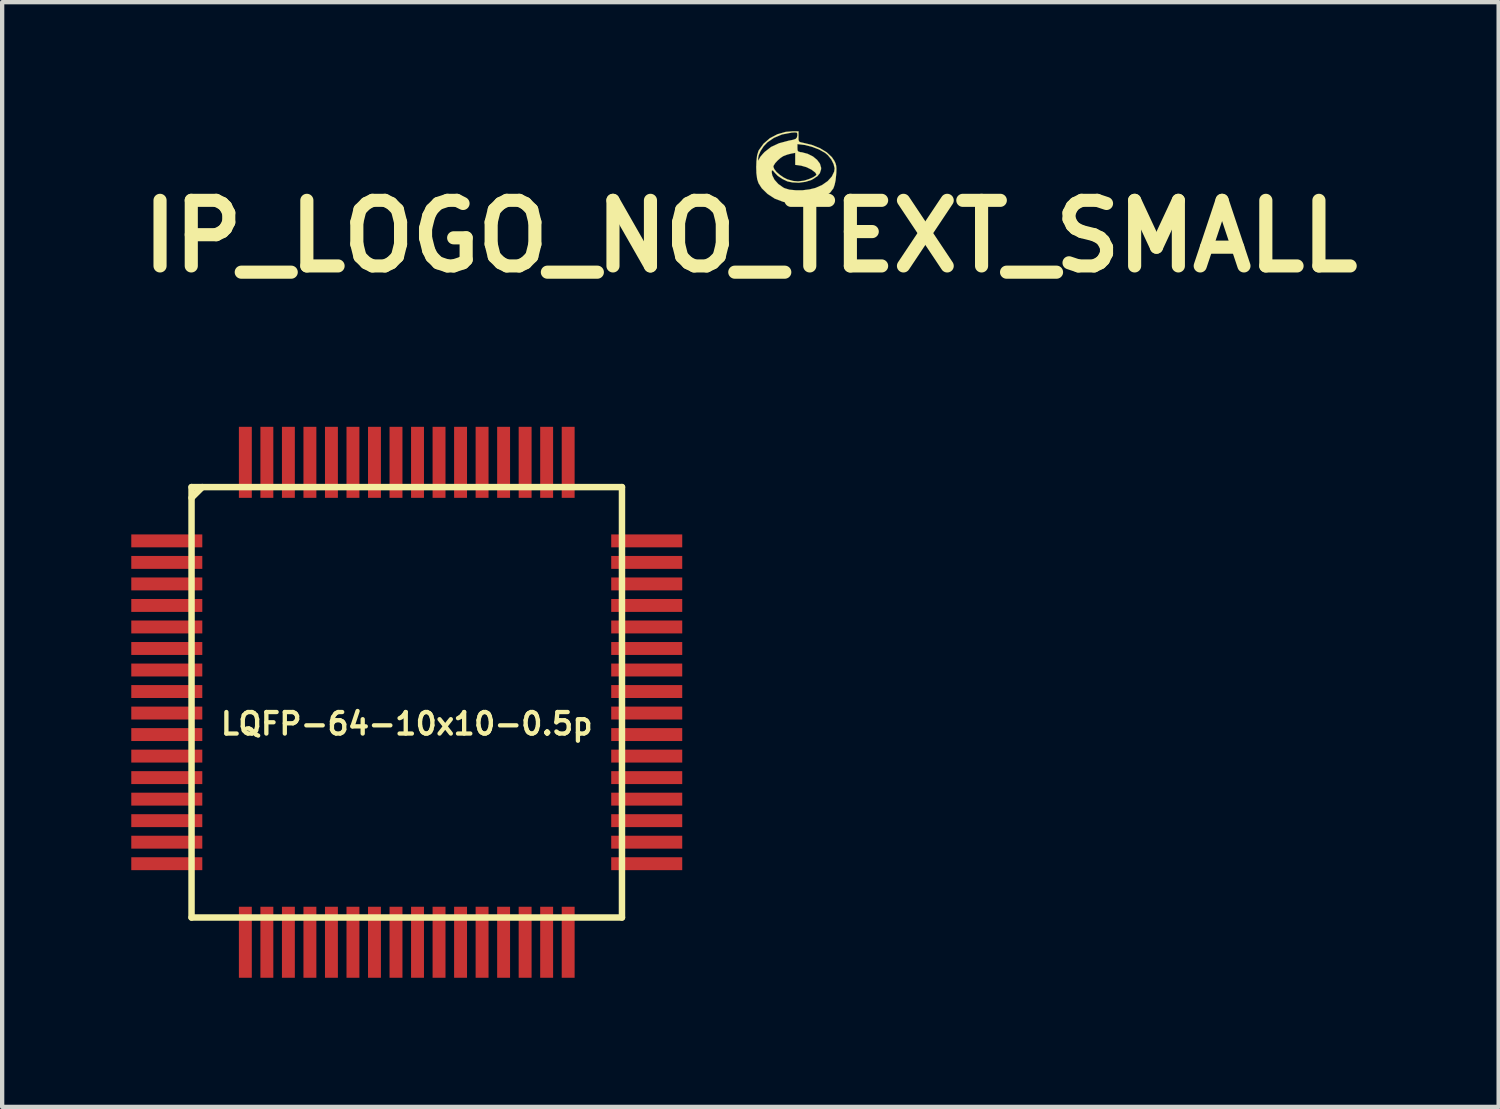
<source format=kicad_pcb>
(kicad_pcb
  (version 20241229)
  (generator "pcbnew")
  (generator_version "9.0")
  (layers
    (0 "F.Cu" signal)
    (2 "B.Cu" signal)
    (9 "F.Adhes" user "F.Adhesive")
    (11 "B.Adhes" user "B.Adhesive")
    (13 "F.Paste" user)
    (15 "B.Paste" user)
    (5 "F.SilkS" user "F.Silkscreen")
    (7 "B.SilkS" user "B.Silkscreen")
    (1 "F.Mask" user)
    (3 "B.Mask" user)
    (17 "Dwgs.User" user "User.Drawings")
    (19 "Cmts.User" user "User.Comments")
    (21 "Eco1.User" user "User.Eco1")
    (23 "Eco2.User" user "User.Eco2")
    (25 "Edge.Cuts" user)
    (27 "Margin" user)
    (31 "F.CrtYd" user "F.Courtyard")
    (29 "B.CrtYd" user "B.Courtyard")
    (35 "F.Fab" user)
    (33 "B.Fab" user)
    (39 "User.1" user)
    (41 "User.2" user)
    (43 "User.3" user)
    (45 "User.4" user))
  (footprint "LQFP-64-10x10-0.5p"
    (layer "F.Cu")
    (at 6.4 13.266)
    (property "Reference" "LQFP-64-10x10-0.5p" (at 0 0.5 0) (layer "F.SilkS") (effects (font (size 0.5 0.5) (thickness 0.1))))
    (attr through_hole)
    (fp_line (start -5 -5) (end -5 5) (stroke (width 0.15) (type solid)) (layer "F.SilkS"))
    (fp_line (start -5 -5) (end 5 -5) (stroke (width 0.15) (type solid)) (layer "F.SilkS"))
    (fp_line (start -5 -4.75) (end -4.75 -5) (stroke (width 0.15) (type solid)) (layer "F.SilkS"))
    (fp_line (start -5 5) (end 5 5) (stroke (width 0.15) (type solid)) (layer "F.SilkS"))
    (fp_line (start 5 -5) (end 5 5) (stroke (width 0.15) (type solid)) (layer "F.SilkS"))
    (pad "1" smd rect (at -5.575 -3.75) (size 1.65 0.3) (layers "F.Cu" "F.Mask" "F.Paste"))
    (pad "2" smd rect (at -5.575 -3.25) (size 1.65 0.3) (layers "F.Cu" "F.Mask" "F.Paste"))
    (pad "3" smd rect (at -5.575 -2.75) (size 1.65 0.3) (layers "F.Cu" "F.Mask" "F.Paste"))
    (pad "4" smd rect (at -5.575 -2.25) (size 1.65 0.3) (layers "F.Cu" "F.Mask" "F.Paste"))
    (pad "5" smd rect (at -5.575 -1.75) (size 1.65 0.3) (layers "F.Cu" "F.Mask" "F.Paste"))
    (pad "6" smd rect (at -5.575 -1.25) (size 1.65 0.3) (layers "F.Cu" "F.Mask" "F.Paste"))
    (pad "7" smd rect (at -5.575 -0.75) (size 1.65 0.3) (layers "F.Cu" "F.Mask" "F.Paste"))
    (pad "8" smd rect (at -5.575 -0.25) (size 1.65 0.3) (layers "F.Cu" "F.Mask" "F.Paste"))
    (pad "9" smd rect (at -5.575 0.25) (size 1.65 0.3) (layers "F.Cu" "F.Mask" "F.Paste"))
    (pad "10" smd rect (at -5.575 0.75) (size 1.65 0.3) (layers "F.Cu" "F.Mask" "F.Paste"))
    (pad "11" smd rect (at -5.575 1.25) (size 1.65 0.3) (layers "F.Cu" "F.Mask" "F.Paste"))
    (pad "12" smd rect (at -5.575 1.75) (size 1.65 0.3) (layers "F.Cu" "F.Mask" "F.Paste"))
    (pad "13" smd rect (at -5.575 2.25) (size 1.65 0.3) (layers "F.Cu" "F.Mask" "F.Paste"))
    (pad "14" smd rect (at -5.575 2.75) (size 1.65 0.3) (layers "F.Cu" "F.Mask" "F.Paste"))
    (pad "15" smd rect (at -5.575 3.25) (size 1.65 0.3) (layers "F.Cu" "F.Mask" "F.Paste"))
    (pad "16" smd rect (at -5.575 3.75) (size 1.65 0.3) (layers "F.Cu" "F.Mask" "F.Paste"))
    (pad "17" smd rect (at -3.75 5.575) (size 0.3 1.65) (layers "F.Cu" "F.Mask" "F.Paste"))
    (pad "18" smd rect (at -3.25 5.575) (size 0.3 1.65) (layers "F.Cu" "F.Mask" "F.Paste"))
    (pad "19" smd rect (at -2.75 5.575) (size 0.3 1.65) (layers "F.Cu" "F.Mask" "F.Paste"))
    (pad "20" smd rect (at -2.25 5.575) (size 0.3 1.65) (layers "F.Cu" "F.Mask" "F.Paste"))
    (pad "21" smd rect (at -1.75 5.575) (size 0.3 1.65) (layers "F.Cu" "F.Mask" "F.Paste"))
    (pad "22" smd rect (at -1.25 5.575) (size 0.3 1.65) (layers "F.Cu" "F.Mask" "F.Paste"))
    (pad "23" smd rect (at -0.75 5.575) (size 0.3 1.65) (layers "F.Cu" "F.Mask" "F.Paste"))
    (pad "24" smd rect (at -0.25 5.575) (size 0.3 1.65) (layers "F.Cu" "F.Mask" "F.Paste"))
    (pad "25" smd rect (at 0.25 5.575) (size 0.3 1.65) (layers "F.Cu" "F.Mask" "F.Paste"))
    (pad "26" smd rect (at 0.75 5.575) (size 0.3 1.65) (layers "F.Cu" "F.Mask" "F.Paste"))
    (pad "27" smd rect (at 1.25 5.575) (size 0.3 1.65) (layers "F.Cu" "F.Mask" "F.Paste"))
    (pad "28" smd rect (at 1.75 5.575) (size 0.3 1.65) (layers "F.Cu" "F.Mask" "F.Paste"))
    (pad "29" smd rect (at 2.25 5.575) (size 0.3 1.65) (layers "F.Cu" "F.Mask" "F.Paste"))
    (pad "30" smd rect (at 2.75 5.575) (size 0.3 1.65) (layers "F.Cu" "F.Mask" "F.Paste"))
    (pad "31" smd rect (at 3.25 5.575) (size 0.3 1.65) (layers "F.Cu" "F.Mask" "F.Paste"))
    (pad "32" smd rect (at 3.75 5.575) (size 0.3 1.65) (layers "F.Cu" "F.Mask" "F.Paste"))
    (pad "33" smd rect (at 5.575 3.75) (size 1.65 0.3) (layers "F.Cu" "F.Mask" "F.Paste"))
    (pad "34" smd rect (at 5.575 3.25) (size 1.65 0.3) (layers "F.Cu" "F.Mask" "F.Paste"))
    (pad "35" smd rect (at 5.575 2.75) (size 1.65 0.3) (layers "F.Cu" "F.Mask" "F.Paste"))
    (pad "36" smd rect (at 5.575 2.25) (size 1.65 0.3) (layers "F.Cu" "F.Mask" "F.Paste"))
    (pad "37" smd rect (at 5.575 1.75) (size 1.65 0.3) (layers "F.Cu" "F.Mask" "F.Paste"))
    (pad "38" smd rect (at 5.575 1.25) (size 1.65 0.3) (layers "F.Cu" "F.Mask" "F.Paste"))
    (pad "39" smd rect (at 5.575 0.75) (size 1.65 0.3) (layers "F.Cu" "F.Mask" "F.Paste"))
    (pad "40" smd rect (at 5.575 0.25) (size 1.65 0.3) (layers "F.Cu" "F.Mask" "F.Paste"))
    (pad "41" smd rect (at 5.575 -0.25) (size 1.65 0.3) (layers "F.Cu" "F.Mask" "F.Paste"))
    (pad "42" smd rect (at 5.575 -0.75) (size 1.65 0.3) (layers "F.Cu" "F.Mask" "F.Paste"))
    (pad "43" smd rect (at 5.575 -1.25) (size 1.65 0.3) (layers "F.Cu" "F.Mask" "F.Paste"))
    (pad "44" smd rect (at 5.575 -1.75) (size 1.65 0.3) (layers "F.Cu" "F.Mask" "F.Paste"))
    (pad "45" smd rect (at 5.575 -2.25) (size 1.65 0.3) (layers "F.Cu" "F.Mask" "F.Paste"))
    (pad "46" smd rect (at 5.575 -2.75) (size 1.65 0.3) (layers "F.Cu" "F.Mask" "F.Paste"))
    (pad "47" smd rect (at 5.575 -3.25) (size 1.65 0.3) (layers "F.Cu" "F.Mask" "F.Paste"))
    (pad "48" smd rect (at 5.575 -3.75) (size 1.65 0.3) (layers "F.Cu" "F.Mask" "F.Paste"))
    (pad "49" smd rect (at 3.75 -5.575) (size 0.3 1.65) (layers "F.Cu" "F.Mask" "F.Paste"))
    (pad "50" smd rect (at 3.25 -5.575) (size 0.3 1.65) (layers "F.Cu" "F.Mask" "F.Paste"))
    (pad "51" smd rect (at 2.75 -5.575) (size 0.3 1.65) (layers "F.Cu" "F.Mask" "F.Paste"))
    (pad "52" smd rect (at 2.25 -5.575) (size 0.3 1.65) (layers "F.Cu" "F.Mask" "F.Paste"))
    (pad "53" smd rect (at 1.75 -5.575) (size 0.3 1.65) (layers "F.Cu" "F.Mask" "F.Paste"))
    (pad "54" smd rect (at 1.25 -5.575) (size 0.3 1.65) (layers "F.Cu" "F.Mask" "F.Paste"))
    (pad "55" smd rect (at 0.75 -5.575) (size 0.3 1.65) (layers "F.Cu" "F.Mask" "F.Paste"))
    (pad "56" smd rect (at 0.25 -5.575) (size 0.3 1.65) (layers "F.Cu" "F.Mask" "F.Paste"))
    (pad "57" smd rect (at -0.25 -5.575) (size 0.3 1.65) (layers "F.Cu" "F.Mask" "F.Paste"))
    (pad "58" smd rect (at -0.75 -5.575) (size 0.3 1.65) (layers "F.Cu" "F.Mask" "F.Paste"))
    (pad "59" smd rect (at -1.25 -5.575) (size 0.3 1.65) (layers "F.Cu" "F.Mask" "F.Paste"))
    (pad "60" smd rect (at -1.75 -5.575) (size 0.3 1.65) (layers "F.Cu" "F.Mask" "F.Paste"))
    (pad "61" smd rect (at -2.25 -5.575) (size 0.3 1.65) (layers "F.Cu" "F.Mask" "F.Paste"))
    (pad "62" smd rect (at -2.75 -5.575) (size 0.3 1.65) (layers "F.Cu" "F.Mask" "F.Paste"))
    (pad "63" smd rect (at -3.25 -5.575) (size 0.3 1.65) (layers "F.Cu" "F.Mask" "F.Paste"))
    (pad "64" smd rect (at -3.75 -5.575) (size 0.3 1.65) (layers "F.Cu" "F.Mask" "F.Paste")))
  (footprint "IP_LOGO_NO_TEXT_SMALL"
    (layer "F.Cu")
    (at 14.384 0.839)
    (property "Reference" "IP_LOGO_NO_TEXT_SMALL" (at 0 1.6 0) (layer "F.SilkS") (effects (font (size 1.524 1.524) (thickness 0.305))))
    (attr exclude_from_pos_files exclude_from_bom)
    (fp_poly (pts (xy 1.999 0.033) (xy 1.996 0.13) (xy 1.991 0.178) (xy 1.979 0.3) (xy 1.956 0.406) (xy 1.956 0.02) (xy 1.933 -0.076) (xy 1.88 -0.183) (xy 1.801 -0.282) (xy 1.735 -0.338) (xy 1.593 -0.417) (xy 1.427 -0.48) (xy 1.26 -0.521) (xy 1.224 -0.526) (xy 1.092 -0.541) (xy 1.092 -0.452) (xy 1.095 -0.396) (xy 1.115 -0.368) (xy 1.166 -0.353) (xy 1.196 -0.351) (xy 1.331 -0.315) (xy 1.453 -0.254) (xy 1.549 -0.175) (xy 1.615 -0.086) (xy 1.643 0.01) (xy 1.641 0.046) (xy 1.613 0.135) (xy 1.554 0.206) (xy 1.534 0.218) (xy 1.534 0.163) (xy 1.516 0.135) (xy 1.506 0.119) (xy 1.42 0.053) (xy 1.303 -0.005) (xy 1.176 -0.041) (xy 1.156 -0.043) (xy 1.09 -0.053) (xy 1.09 -0.742) (xy 1.09 -0.759) (xy 1.087 -0.795) (xy 1.072 -0.81) (xy 1.031 -0.813) (xy 0.95 -0.808) (xy 0.942 -0.805) (xy 0.734 -0.765) (xy 0.549 -0.688) (xy 0.396 -0.584) (xy 0.307 -0.49) (xy 0.236 -0.381) (xy 0.191 -0.277) (xy 0.178 -0.203) (xy 0.18 -0.16) (xy 0.188 -0.165) (xy 0.203 -0.196) (xy 0.231 -0.246) (xy 0.287 -0.312) (xy 0.33 -0.358) (xy 0.48 -0.475) (xy 0.665 -0.561) (xy 0.876 -0.617) (xy 0.884 -0.62) (xy 0.986 -0.64) (xy 1.049 -0.66) (xy 1.079 -0.693) (xy 1.09 -0.742) (xy 1.09 -0.053) (xy 1.041 -0.058) (xy 1.041 -0.198) (xy 1.041 -0.338) (xy 0.945 -0.32) (xy 0.856 -0.297) (xy 0.77 -0.264) (xy 0.767 -0.264) (xy 0.701 -0.221) (xy 0.632 -0.16) (xy 0.574 -0.097) (xy 0.538 -0.038) (xy 0.533 -0.015) (xy 0.554 0.038) (xy 0.607 0.107) (xy 0.686 0.175) (xy 0.775 0.236) (xy 0.861 0.279) (xy 0.864 0.279) (xy 0.993 0.315) (xy 1.107 0.325) (xy 1.232 0.31) (xy 1.267 0.302) (xy 1.361 0.272) (xy 1.448 0.234) (xy 1.466 0.224) (xy 1.519 0.188) (xy 1.534 0.163) (xy 1.534 0.218) (xy 1.458 0.269) (xy 1.41 0.295) (xy 1.278 0.335) (xy 1.125 0.356) (xy 0.973 0.348) (xy 0.859 0.325) (xy 0.742 0.269) (xy 0.635 0.196) (xy 0.559 0.117) (xy 0.556 0.112) (xy 0.521 0.071) (xy 0.498 0.074) (xy 0.495 0.117) (xy 0.508 0.185) (xy 0.559 0.287) (xy 0.648 0.386) (xy 0.762 0.467) (xy 0.798 0.485) (xy 0.909 0.518) (xy 1.052 0.531) (xy 1.212 0.531) (xy 1.372 0.511) (xy 1.509 0.478) (xy 1.666 0.409) (xy 1.796 0.318) (xy 1.892 0.211) (xy 1.946 0.097) (xy 1.956 0.02) (xy 1.956 0.406) (xy 1.93 0.48) (xy 1.93 0.483) (xy 1.854 0.584) (xy 1.737 0.678) (xy 1.587 0.757) (xy 1.506 0.785) (xy 1.364 0.815) (xy 1.196 0.833) (xy 1.021 0.833) (xy 0.859 0.82) (xy 0.762 0.8) (xy 0.566 0.726) (xy 0.399 0.617) (xy 0.264 0.485) (xy 0.188 0.366) (xy 0.157 0.272) (xy 0.14 0.145) (xy 0.135 0) (xy 0.14 -0.145) (xy 0.155 -0.277) (xy 0.185 -0.376) (xy 0.193 -0.396) (xy 0.305 -0.551) (xy 0.452 -0.678) (xy 0.627 -0.77) (xy 0.823 -0.826) (xy 0.98 -0.838) (xy 1.118 -0.838) (xy 1.118 -0.716) (xy 1.118 -0.64) (xy 1.13 -0.602) (xy 1.163 -0.584) (xy 1.212 -0.574) (xy 1.425 -0.523) (xy 1.615 -0.447) (xy 1.773 -0.351) (xy 1.892 -0.239) (xy 1.951 -0.152) (xy 1.979 -0.091) (xy 1.994 -0.033) (xy 1.999 0.033)) (stroke (width 0.003) (type solid)) (fill yes) (layer "F.SilkS")))
  (gr_rect
    (start -3 -3)
    (end 31.767 22.666)
    (stroke (width 0.1) (type default))
    (fill no)
    (layer "Edge.Cuts")))
</source>
